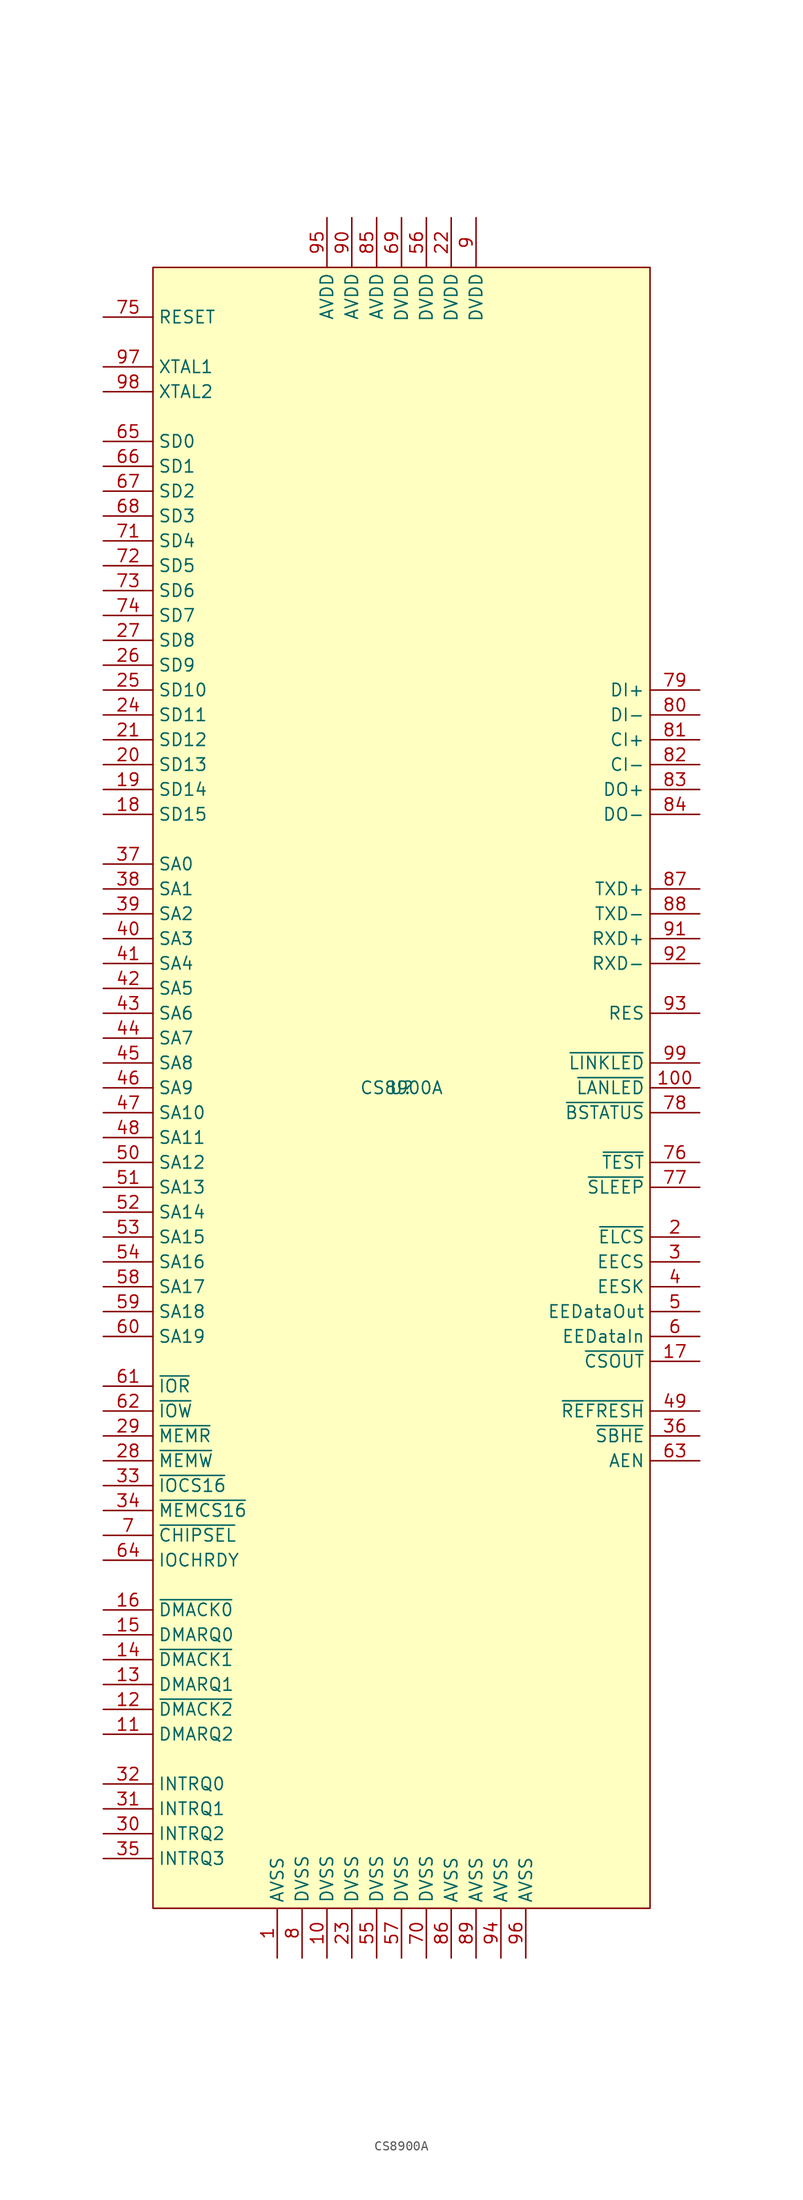
<source format=kicad_sym>
(kicad_symbol_lib
  (version 20231120)
  (generator "kicad_symbol_editor")
  (generator_version "8.0")
  (symbol "CS8900A"
    (property "Reference" "U"
      (at 0 0 0)
      (effects (font (size 1.27 1.27))))
    (property "Value" "CS8900A"
      (at 0 0 0)
      (effects (font (size 1.27 1.27))))
    (symbol "CS8900A_0_0"
      (pin power_in line (at -12.7 -88.9 90) (length 5.08) (name "AVSS" (effects (font (size 1.27 1.27)))) (number "1" (effects (font (size 1.27 1.27)))))
      (pin power_in line (at -7.62 -88.9 90) (length 5.08) (name "DVSS" (effects (font (size 1.27 1.27)))) (number "10" (effects (font (size 1.27 1.27)))))
      (pin output line (at 30.48 0 180) (length 5.08) (name "~{LANLED}" (effects (font (size 1.27 1.27)))) (number "100" (effects (font (size 1.27 1.27)))))
      (pin output line (at -30.48 -66.04 0) (length 5.08) (name "DMARQ2" (effects (font (size 1.27 1.27)))) (number "11" (effects (font (size 1.27 1.27)))))
      (pin input line (at -30.48 -63.5 0) (length 5.08) (name "~{DMACK2}" (effects (font (size 1.27 1.27)))) (number "12" (effects (font (size 1.27 1.27)))))
      (pin output line (at -30.48 -60.96 0) (length 5.08) (name "DMARQ1" (effects (font (size 1.27 1.27)))) (number "13" (effects (font (size 1.27 1.27)))))
      (pin input line (at -30.48 -58.42 0) (length 5.08) (name "~{DMACK1}" (effects (font (size 1.27 1.27)))) (number "14" (effects (font (size 1.27 1.27)))))
      (pin output line (at -30.48 -55.88 0) (length 5.08) (name "DMARQ0" (effects (font (size 1.27 1.27)))) (number "15" (effects (font (size 1.27 1.27)))))
      (pin input line (at -30.48 -53.34 0) (length 5.08) (name "~{DMACK0}" (effects (font (size 1.27 1.27)))) (number "16" (effects (font (size 1.27 1.27)))))
      (pin output line (at 30.48 -27.94 180) (length 5.08) (name "~{CSOUT}" (effects (font (size 1.27 1.27)))) (number "17" (effects (font (size 1.27 1.27)))))
      (pin bidirectional line (at -30.48 27.94 0) (length 5.08) (name "SD15" (effects (font (size 1.27 1.27)))) (number "18" (effects (font (size 1.27 1.27)))))
      (pin bidirectional line (at -30.48 30.48 0) (length 5.08) (name "SD14" (effects (font (size 1.27 1.27)))) (number "19" (effects (font (size 1.27 1.27)))))
      (pin input line (at 30.48 -15.24 180) (length 5.08) (name "~{ELCS}" (effects (font (size 1.27 1.27)))) (number "2" (effects (font (size 1.27 1.27)))))
      (pin bidirectional line (at -30.48 33.02 0) (length 5.08) (name "SD13" (effects (font (size 1.27 1.27)))) (number "20" (effects (font (size 1.27 1.27)))))
      (pin bidirectional line (at -30.48 35.56 0) (length 5.08) (name "SD12" (effects (font (size 1.27 1.27)))) (number "21" (effects (font (size 1.27 1.27)))))
      (pin power_in line (at 5.08 88.9 270) (length 5.08) (name "DVDD" (effects (font (size 1.27 1.27)))) (number "22" (effects (font (size 1.27 1.27)))))
      (pin power_in line (at -5.08 -88.9 90) (length 5.08) (name "DVSS" (effects (font (size 1.27 1.27)))) (number "23" (effects (font (size 1.27 1.27)))))
      (pin bidirectional line (at -30.48 38.1 0) (length 5.08) (name "SD11" (effects (font (size 1.27 1.27)))) (number "24" (effects (font (size 1.27 1.27)))))
      (pin bidirectional line (at -30.48 40.64 0) (length 5.08) (name "SD10" (effects (font (size 1.27 1.27)))) (number "25" (effects (font (size 1.27 1.27)))))
      (pin input line (at -30.48 -38.1 0) (length 5.08) (name "~{MEMW}" (effects (font (size 1.27 1.27)))) (number "28" (effects (font (size 1.27 1.27)))))
      (pin input line (at -30.48 -35.56 0) (length 5.08) (name "~{MEMR}" (effects (font (size 1.27 1.27)))) (number "29" (effects (font (size 1.27 1.27)))))
      (pin output line (at 30.48 -17.78 180) (length 5.08) (name "EECS" (effects (font (size 1.27 1.27)))) (number "3" (effects (font (size 1.27 1.27)))))
      (pin output line (at -30.48 -76.2 0) (length 5.08) (name "INTRQ2" (effects (font (size 1.27 1.27)))) (number "30" (effects (font (size 1.27 1.27)))))
      (pin output line (at -30.48 -73.66 0) (length 5.08) (name "INTRQ1" (effects (font (size 1.27 1.27)))) (number "31" (effects (font (size 1.27 1.27)))))
      (pin output line (at -30.48 -71.12 0) (length 5.08) (name "INTRQ0" (effects (font (size 1.27 1.27)))) (number "32" (effects (font (size 1.27 1.27)))))
      (pin input line (at -30.48 -40.64 0) (length 5.08) (name "~{IOCS16}" (effects (font (size 1.27 1.27)))) (number "33" (effects (font (size 1.27 1.27)))))
      (pin input line (at -30.48 -43.18 0) (length 5.08) (name "~{MEMCS16}" (effects (font (size 1.27 1.27)))) (number "34" (effects (font (size 1.27 1.27)))))
      (pin output line (at -30.48 -78.74 0) (length 5.08) (name "INTRQ3" (effects (font (size 1.27 1.27)))) (number "35" (effects (font (size 1.27 1.27)))))
      (pin input line (at 30.48 -35.56 180) (length 5.08) (name "~{SBHE}" (effects (font (size 1.27 1.27)))) (number "36" (effects (font (size 1.27 1.27)))))
      (pin input line (at -30.48 22.86 0) (length 5.08) (name "SA0" (effects (font (size 1.27 1.27)))) (number "37" (effects (font (size 1.27 1.27)))))
      (pin input line (at -30.48 20.32 0) (length 5.08) (name "SA1" (effects (font (size 1.27 1.27)))) (number "38" (effects (font (size 1.27 1.27)))))
      (pin input line (at -30.48 17.78 0) (length 5.08) (name "SA2" (effects (font (size 1.27 1.27)))) (number "39" (effects (font (size 1.27 1.27)))))
      (pin output line (at 30.48 -20.32 180) (length 5.08) (name "EESK" (effects (font (size 1.27 1.27)))) (number "4" (effects (font (size 1.27 1.27)))))
      (pin input line (at -30.48 15.24 0) (length 5.08) (name "SA3" (effects (font (size 1.27 1.27)))) (number "40" (effects (font (size 1.27 1.27)))))
      (pin input line (at -30.48 12.7 0) (length 5.08) (name "SA4" (effects (font (size 1.27 1.27)))) (number "41" (effects (font (size 1.27 1.27)))))
      (pin input line (at -30.48 10.16 0) (length 5.08) (name "SA5" (effects (font (size 1.27 1.27)))) (number "42" (effects (font (size 1.27 1.27)))))
      (pin input line (at -30.48 7.62 0) (length 5.08) (name "SA6" (effects (font (size 1.27 1.27)))) (number "43" (effects (font (size 1.27 1.27)))))
      (pin input line (at -30.48 5.08 0) (length 5.08) (name "SA7" (effects (font (size 1.27 1.27)))) (number "44" (effects (font (size 1.27 1.27)))))
      (pin input line (at -30.48 2.54 0) (length 5.08) (name "SA8" (effects (font (size 1.27 1.27)))) (number "45" (effects (font (size 1.27 1.27)))))
      (pin input line (at -30.48 0 0) (length 5.08) (name "SA9" (effects (font (size 1.27 1.27)))) (number "46" (effects (font (size 1.27 1.27)))))
      (pin input line (at -30.48 -2.54 0) (length 5.08) (name "SA10" (effects (font (size 1.27 1.27)))) (number "47" (effects (font (size 1.27 1.27)))))
      (pin input line (at -30.48 -5.08 0) (length 5.08) (name "SA11" (effects (font (size 1.27 1.27)))) (number "48" (effects (font (size 1.27 1.27)))))
      (pin input line (at 30.48 -33.02 180) (length 5.08) (name "~{REFRESH}" (effects (font (size 1.27 1.27)))) (number "49" (effects (font (size 1.27 1.27)))))
      (pin output line (at 30.48 -22.86 180) (length 5.08) (name "EEDataOut" (effects (font (size 1.27 1.27)))) (number "5" (effects (font (size 1.27 1.27)))))
      (pin input line (at -30.48 -7.62 0) (length 5.08) (name "SA12" (effects (font (size 1.27 1.27)))) (number "50" (effects (font (size 1.27 1.27)))))
      (pin input line (at -30.48 -10.16 0) (length 5.08) (name "SA13" (effects (font (size 1.27 1.27)))) (number "51" (effects (font (size 1.27 1.27)))))
      (pin input line (at -30.48 -12.7 0) (length 5.08) (name "SA14" (effects (font (size 1.27 1.27)))) (number "52" (effects (font (size 1.27 1.27)))))
      (pin input line (at -30.48 -15.24 0) (length 5.08) (name "SA15" (effects (font (size 1.27 1.27)))) (number "53" (effects (font (size 1.27 1.27)))))
      (pin input line (at -30.48 -17.78 0) (length 5.08) (name "SA16" (effects (font (size 1.27 1.27)))) (number "54" (effects (font (size 1.27 1.27)))))
      (pin power_in line (at -2.54 -88.9 90) (length 5.08) (name "DVSS" (effects (font (size 1.27 1.27)))) (number "55" (effects (font (size 1.27 1.27)))))
      (pin power_in line (at 2.54 88.9 270) (length 5.08) (name "DVDD" (effects (font (size 1.27 1.27)))) (number "56" (effects (font (size 1.27 1.27)))))
      (pin power_in line (at 0 -88.9 90) (length 5.08) (name "DVSS" (effects (font (size 1.27 1.27)))) (number "57" (effects (font (size 1.27 1.27)))))
      (pin input line (at -30.48 -20.32 0) (length 5.08) (name "SA17" (effects (font (size 1.27 1.27)))) (number "58" (effects (font (size 1.27 1.27)))))
      (pin input line (at -30.48 -22.86 0) (length 5.08) (name "SA18" (effects (font (size 1.27 1.27)))) (number "59" (effects (font (size 1.27 1.27)))))
      (pin input line (at 30.48 -25.4 180) (length 5.08) (name "EEDataIn" (effects (font (size 1.27 1.27)))) (number "6" (effects (font (size 1.27 1.27)))))
      (pin input line (at -30.48 -25.4 0) (length 5.08) (name "SA19" (effects (font (size 1.27 1.27)))) (number "60" (effects (font (size 1.27 1.27)))))
      (pin input line (at -30.48 -30.48 0) (length 5.08) (name "~{IOR}" (effects (font (size 1.27 1.27)))) (number "61" (effects (font (size 1.27 1.27)))))
      (pin input line (at -30.48 -33.02 0) (length 5.08) (name "~{IOW}" (effects (font (size 1.27 1.27)))) (number "62" (effects (font (size 1.27 1.27)))))
      (pin input line (at 30.48 -38.1 180) (length 5.08) (name "AEN" (effects (font (size 1.27 1.27)))) (number "63" (effects (font (size 1.27 1.27)))))
      (pin input line (at -30.48 -48.26 0) (length 5.08) (name "IOCHRDY" (effects (font (size 1.27 1.27)))) (number "64" (effects (font (size 1.27 1.27)))))
      (pin bidirectional line (at -30.48 66.04 0) (length 5.08) (name "SD0" (effects (font (size 1.27 1.27)))) (number "65" (effects (font (size 1.27 1.27)))))
      (pin bidirectional line (at -30.48 63.5 0) (length 5.08) (name "SD1" (effects (font (size 1.27 1.27)))) (number "66" (effects (font (size 1.27 1.27)))))
      (pin bidirectional line (at -30.48 60.96 0) (length 5.08) (name "SD2" (effects (font (size 1.27 1.27)))) (number "67" (effects (font (size 1.27 1.27)))))
      (pin bidirectional line (at -30.48 58.42 0) (length 5.08) (name "SD3" (effects (font (size 1.27 1.27)))) (number "68" (effects (font (size 1.27 1.27)))))
      (pin power_in line (at 0 88.9 270) (length 5.08) (name "DVDD" (effects (font (size 1.27 1.27)))) (number "69" (effects (font (size 1.27 1.27)))))
      (pin input line (at -30.48 -45.72 0) (length 5.08) (name "~{CHIPSEL}" (effects (font (size 1.27 1.27)))) (number "7" (effects (font (size 1.27 1.27)))))
      (pin power_in line (at 2.54 -88.9 90) (length 5.08) (name "DVSS" (effects (font (size 1.27 1.27)))) (number "70" (effects (font (size 1.27 1.27)))))
      (pin bidirectional line (at -30.48 55.88 0) (length 5.08) (name "SD4" (effects (font (size 1.27 1.27)))) (number "71" (effects (font (size 1.27 1.27)))))
      (pin bidirectional line (at -30.48 53.34 0) (length 5.08) (name "SD5" (effects (font (size 1.27 1.27)))) (number "72" (effects (font (size 1.27 1.27)))))
      (pin bidirectional line (at -30.48 50.8 0) (length 5.08) (name "SD6" (effects (font (size 1.27 1.27)))) (number "73" (effects (font (size 1.27 1.27)))))
      (pin bidirectional line (at -30.48 48.26 0) (length 5.08) (name "SD7" (effects (font (size 1.27 1.27)))) (number "74" (effects (font (size 1.27 1.27)))))
      (pin input line (at -30.48 78.74 0) (length 5.08) (name "RESET" (effects (font (size 1.27 1.27)))) (number "75" (effects (font (size 1.27 1.27)))))
      (pin input line (at 30.48 -7.62 180) (length 5.08) (name "~{TEST}" (effects (font (size 1.27 1.27)))) (number "76" (effects (font (size 1.27 1.27)))))
      (pin input line (at 30.48 -10.16 180) (length 5.08) (name "~{SLEEP}" (effects (font (size 1.27 1.27)))) (number "77" (effects (font (size 1.27 1.27)))))
      (pin input line (at 30.48 -2.54 180) (length 5.08) (name "~{BSTATUS}" (effects (font (size 1.27 1.27)))) (number "78" (effects (font (size 1.27 1.27)))))
      (pin passive line (at 30.48 40.64 180) (length 5.08) (name "DI+" (effects (font (size 1.27 1.27)))) (number "79" (effects (font (size 1.27 1.27)))))
      (pin power_in line (at -10.16 -88.9 90) (length 5.08) (name "DVSS" (effects (font (size 1.27 1.27)))) (number "8" (effects (font (size 1.27 1.27)))))
      (pin passive line (at 30.48 38.1 180) (length 5.08) (name "DI-" (effects (font (size 1.27 1.27)))) (number "80" (effects (font (size 1.27 1.27)))))
      (pin passive line (at 30.48 35.56 180) (length 5.08) (name "CI+" (effects (font (size 1.27 1.27)))) (number "81" (effects (font (size 1.27 1.27)))))
      (pin passive line (at 30.48 33.02 180) (length 5.08) (name "CI-" (effects (font (size 1.27 1.27)))) (number "82" (effects (font (size 1.27 1.27)))))
      (pin passive line (at 30.48 30.48 180) (length 5.08) (name "DO+" (effects (font (size 1.27 1.27)))) (number "83" (effects (font (size 1.27 1.27)))))
      (pin passive line (at 30.48 27.94 180) (length 5.08) (name "DO-" (effects (font (size 1.27 1.27)))) (number "84" (effects (font (size 1.27 1.27)))))
      (pin power_in line (at -2.54 88.9 270) (length 5.08) (name "AVDD" (effects (font (size 1.27 1.27)))) (number "85" (effects (font (size 1.27 1.27)))))
      (pin power_in line (at 5.08 -88.9 90) (length 5.08) (name "AVSS" (effects (font (size 1.27 1.27)))) (number "86" (effects (font (size 1.27 1.27)))))
      (pin passive line (at 30.48 20.32 180) (length 5.08) (name "TXD+" (effects (font (size 1.27 1.27)))) (number "87" (effects (font (size 1.27 1.27)))))
      (pin passive line (at 30.48 17.78 180) (length 5.08) (name "TXD-" (effects (font (size 1.27 1.27)))) (number "88" (effects (font (size 1.27 1.27)))))
      (pin power_in line (at 7.62 -88.9 90) (length 5.08) (name "AVSS" (effects (font (size 1.27 1.27)))) (number "89" (effects (font (size 1.27 1.27)))))
      (pin power_in line (at 7.62 88.9 270) (length 5.08) (name "DVDD" (effects (font (size 1.27 1.27)))) (number "9" (effects (font (size 1.27 1.27)))))
      (pin power_in line (at -5.08 88.9 270) (length 5.08) (name "AVDD" (effects (font (size 1.27 1.27)))) (number "90" (effects (font (size 1.27 1.27)))))
      (pin passive line (at 30.48 15.24 180) (length 5.08) (name "RXD+" (effects (font (size 1.27 1.27)))) (number "91" (effects (font (size 1.27 1.27)))))
      (pin passive line (at 30.48 12.7 180) (length 5.08) (name "RXD-" (effects (font (size 1.27 1.27)))) (number "92" (effects (font (size 1.27 1.27)))))
      (pin passive line (at 30.48 7.62 180) (length 5.08) (name "RES" (effects (font (size 1.27 1.27)))) (number "93" (effects (font (size 1.27 1.27)))))
      (pin power_in line (at 10.16 -88.9 90) (length 5.08) (name "AVSS" (effects (font (size 1.27 1.27)))) (number "94" (effects (font (size 1.27 1.27)))))
      (pin power_in line (at -7.62 88.9 270) (length 5.08) (name "AVDD" (effects (font (size 1.27 1.27)))) (number "95" (effects (font (size 1.27 1.27)))))
      (pin power_in line (at 12.7 -88.9 90) (length 5.08) (name "AVSS" (effects (font (size 1.27 1.27)))) (number "96" (effects (font (size 1.27 1.27)))))
      (pin input line (at -30.48 73.66 0) (length 5.08) (name "XTAL1" (effects (font (size 1.27 1.27)))) (number "97" (effects (font (size 1.27 1.27)))))
      (pin output line (at -30.48 71.12 0) (length 5.08) (name "XTAL2" (effects (font (size 1.27 1.27)))) (number "98" (effects (font (size 1.27 1.27)))))
      (pin output line (at 30.48 2.54 180) (length 5.08) (name "~{LINKLED}" (effects (font (size 1.27 1.27)))) (number "99" (effects (font (size 1.27 1.27))))))
    (symbol "CS8900A_1_0"
      (pin bidirectional line (at -30.48 43.18 0) (length 5.08) (name "SD9" (effects (font (size 1.27 1.27)))) (number "26" (effects (font (size 1.27 1.27)))))
      (pin bidirectional line (at -30.48 45.72 0) (length 5.08) (name "SD8" (effects (font (size 1.27 1.27)))) (number "27" (effects (font (size 1.27 1.27))))))
    (symbol "CS8900A_1_1"
      (rectangle (start -25.4 83.82) (end 25.4 -83.82) (stroke (width 0) (type default)) (fill (type background))))))
</source>
